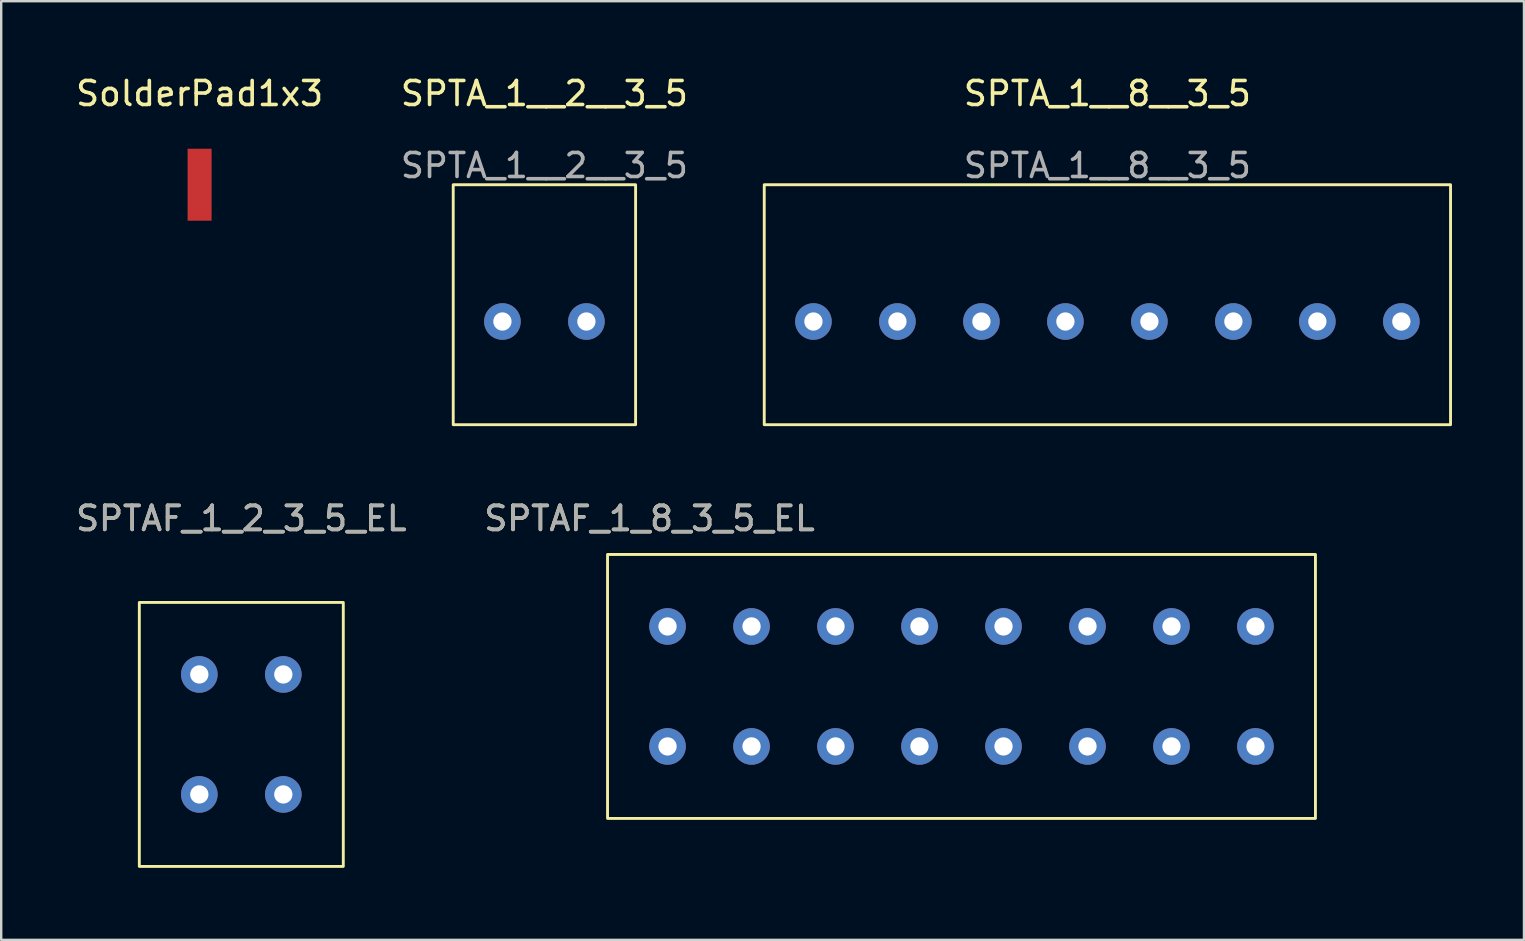
<source format=kicad_pcb>
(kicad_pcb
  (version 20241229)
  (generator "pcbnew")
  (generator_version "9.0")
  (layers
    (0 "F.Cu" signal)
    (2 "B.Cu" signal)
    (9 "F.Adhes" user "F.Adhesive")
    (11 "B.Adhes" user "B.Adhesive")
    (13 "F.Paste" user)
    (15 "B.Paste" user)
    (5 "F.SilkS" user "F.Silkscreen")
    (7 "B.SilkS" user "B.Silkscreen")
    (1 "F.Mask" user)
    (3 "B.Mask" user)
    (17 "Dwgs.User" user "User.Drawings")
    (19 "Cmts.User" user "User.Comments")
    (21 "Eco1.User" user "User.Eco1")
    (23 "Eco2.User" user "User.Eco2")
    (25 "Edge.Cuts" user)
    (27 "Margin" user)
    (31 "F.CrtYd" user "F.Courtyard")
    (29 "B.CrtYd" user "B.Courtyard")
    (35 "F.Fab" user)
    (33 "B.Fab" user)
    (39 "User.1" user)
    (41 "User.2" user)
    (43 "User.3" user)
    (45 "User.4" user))
  (footprint "SolderPad1x3"
    (layer "F.Cu")
    (at 5.268 4.648)
    (property "Reference" "SolderPad1x3" (at 0 -3.8 0) (unlocked yes) (layer "F.SilkS") (effects (font (size 1 1) (thickness 0.15))))
    (attr through_hole)
    (pad "1" smd rect (at 0 0) (size 1 3) (layers "F.Cu" "F.Mask" "F.Paste")))
  (footprint "SPTAF_1_8_3_5_EL"
    (layer "F.Cu")
    (at 37.018 25.556)
    (property "Reference" "SPTAF_1_8_3_5_EL" (at -13 -7 0) (unlocked yes) (layer "F.SilkS") (effects (font (size 1 1) (thickness 0.15))))
    (fp_rect (start -14.75 5.5) (end 14.75 -5.5) (stroke (width 0.12) (type solid)) (fill no) (layer "F.SilkS"))
    (fp_text user "${REFERENCE}" (at -13 -7 0) (unlocked yes) (layer "F.Fab") (effects (font (size 1 1) (thickness 0.15))))
    (pad "1" thru_hole circle (at -12.25 -2.5) (size 1.524 1.524) (drill 0.762) (layers "*.Cu" "*.Mask"))
    (pad "1" thru_hole circle (at -12.25 2.5) (size 1.524 1.524) (drill 0.762) (layers "*.Cu" "*.Mask"))
    (pad "2" thru_hole circle (at -8.75 -2.5) (size 1.524 1.524) (drill 0.762) (layers "*.Cu" "*.Mask"))
    (pad "2" thru_hole circle (at -8.75 2.5) (size 1.524 1.524) (drill 0.762) (layers "*.Cu" "*.Mask"))
    (pad "3" thru_hole circle (at -5.25 -2.5) (size 1.524 1.524) (drill 0.762) (layers "*.Cu" "*.Mask"))
    (pad "3" thru_hole circle (at -5.25 2.5) (size 1.524 1.524) (drill 0.762) (layers "*.Cu" "*.Mask"))
    (pad "4" thru_hole circle (at -1.75 -2.5) (size 1.524 1.524) (drill 0.762) (layers "*.Cu" "*.Mask"))
    (pad "4" thru_hole circle (at -1.75 2.5) (size 1.524 1.524) (drill 0.762) (layers "*.Cu" "*.Mask"))
    (pad "5" thru_hole circle (at 1.75 -2.5) (size 1.524 1.524) (drill 0.762) (layers "*.Cu" "*.Mask"))
    (pad "5" thru_hole circle (at 1.75 2.5) (size 1.524 1.524) (drill 0.762) (layers "*.Cu" "*.Mask"))
    (pad "6" thru_hole circle (at 5.25 -2.5) (size 1.524 1.524) (drill 0.762) (layers "*.Cu" "*.Mask"))
    (pad "6" thru_hole circle (at 5.25 2.5) (size 1.524 1.524) (drill 0.762) (layers "*.Cu" "*.Mask"))
    (pad "7" thru_hole circle (at 8.75 -2.5) (size 1.524 1.524) (drill 0.762) (layers "*.Cu" "*.Mask"))
    (pad "7" thru_hole circle (at 8.75 2.5) (size 1.524 1.524) (drill 0.762) (layers "*.Cu" "*.Mask"))
    (pad "8" thru_hole circle (at 12.25 -2.5) (size 1.524 1.524) (drill 0.762) (layers "*.Cu" "*.Mask"))
    (pad "8" thru_hole circle (at 12.25 2.5) (size 1.524 1.524) (drill 0.762) (layers "*.Cu" "*.Mask")))
  (footprint "SPTA_1__2__3_5"
    (layer "F.Cu")
    (at 19.637 10.348)
    (property "Reference" "SPTA_1__2__3_5" (at 0 -9.5 0) (unlocked yes) (layer "F.SilkS") (effects (font (size 1 1) (thickness 0.15))))
    (fp_rect (start -3.8 -5.7) (end 3.8 4.3) (stroke (width 0.12) (type solid)) (fill no) (layer "F.SilkS"))
    (fp_text user "${REFERENCE}" (at 0 -6.5 0) (unlocked yes) (layer "F.Fab") (effects (font (size 1 1) (thickness 0.15))))
    (pad "1" thru_hole circle (at -1.75 0) (size 1.524 1.524) (drill 0.762) (layers "*.Cu" "*.Mask"))
    (pad "2" thru_hole circle (at 1.75 0) (size 1.524 1.524) (drill 0.762) (layers "*.Cu" "*.Mask")))
  (footprint "SPTAF_1_2_3_5_EL"
    (layer "F.Cu")
    (at 7.006 27.556)
    (property "Reference" "SPTAF_1_2_3_5_EL" (at 0 -9 0) (unlocked yes) (layer "F.SilkS") (effects (font (size 1 1) (thickness 0.15))))
    (fp_rect (start -4.25 5.5) (end 4.25 -5.5) (stroke (width 0.12) (type solid)) (fill no) (layer "F.SilkS"))
    (fp_text user "${REFERENCE}" (at 0 -9 0) (unlocked yes) (layer "F.Fab") (effects (font (size 1 1) (thickness 0.15))))
    (pad "1" thru_hole circle (at -1.75 -2.5) (size 1.524 1.524) (drill 0.762) (layers "*.Cu" "*.Mask"))
    (pad "1" thru_hole circle (at -1.75 2.5) (size 1.524 1.524) (drill 0.762) (layers "*.Cu" "*.Mask"))
    (pad "2" thru_hole circle (at 1.75 -2.5) (size 1.524 1.524) (drill 0.762) (layers "*.Cu" "*.Mask"))
    (pad "2" thru_hole circle (at 1.75 2.5) (size 1.524 1.524) (drill 0.762) (layers "*.Cu" "*.Mask")))
  (footprint "SPTA_1__8__3_5"
    (layer "F.Cu")
    (at 43.098 10.348)
    (property "Reference" "SPTA_1__8__3_5" (at 0 -9.5 0) (unlocked yes) (layer "F.SilkS") (effects (font (size 1 1) (thickness 0.15))))
    (fp_rect (start -14.3 -5.7) (end 14.3 4.3) (stroke (width 0.12) (type solid)) (fill no) (layer "F.SilkS"))
    (fp_text user "${REFERENCE}" (at 0 -6.5 0) (unlocked yes) (layer "F.Fab") (effects (font (size 1 1) (thickness 0.15))))
    (pad "1" thru_hole circle (at -12.25 0) (size 1.524 1.524) (drill 0.762) (layers "*.Cu" "*.Mask"))
    (pad "2" thru_hole circle (at -8.75 0) (size 1.524 1.524) (drill 0.762) (layers "*.Cu" "*.Mask"))
    (pad "3" thru_hole circle (at -5.25 0) (size 1.524 1.524) (drill 0.762) (layers "*.Cu" "*.Mask"))
    (pad "4" thru_hole circle (at -1.75 0) (size 1.524 1.524) (drill 0.762) (layers "*.Cu" "*.Mask"))
    (pad "5" thru_hole circle (at 1.75 0) (size 1.524 1.524) (drill 0.762) (layers "*.Cu" "*.Mask"))
    (pad "6" thru_hole circle (at 5.25 0) (size 1.524 1.524) (drill 0.762) (layers "*.Cu" "*.Mask"))
    (pad "7" thru_hole circle (at 8.75 0) (size 1.524 1.524) (drill 0.762) (layers "*.Cu" "*.Mask"))
    (pad "8" thru_hole circle (at 12.25 0) (size 1.524 1.524) (drill 0.762) (layers "*.Cu" "*.Mask")))
  (gr_rect
    (start -3 -3)
    (end 60.458 36.117)
    (stroke (width 0.1) (type default))
    (fill no)
    (layer "Edge.Cuts")))
</source>
